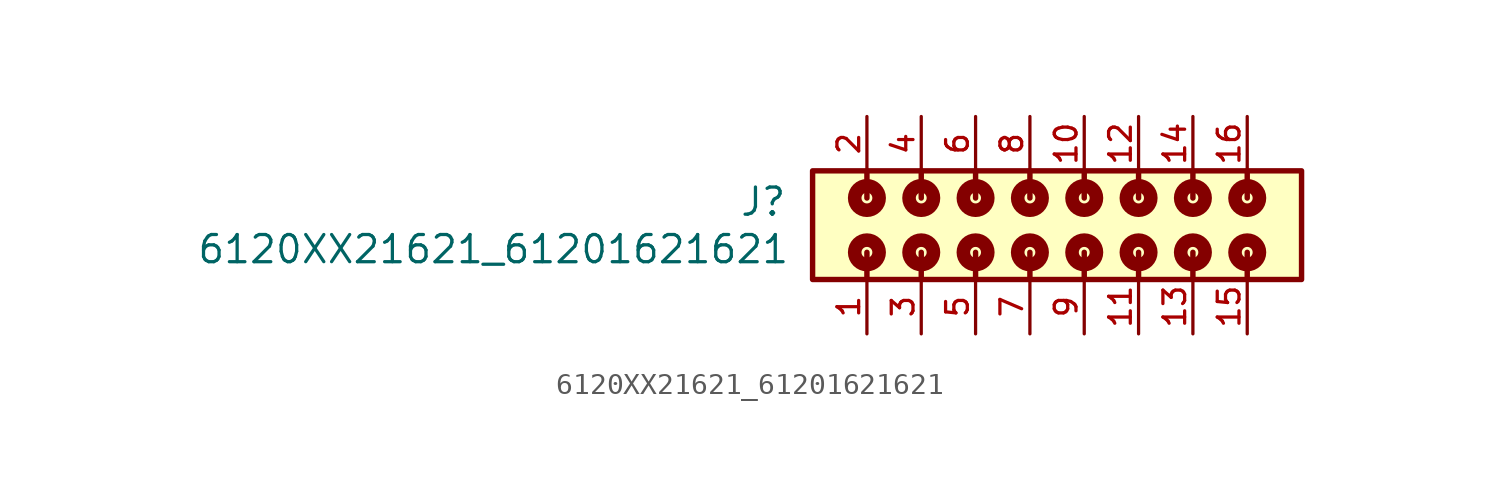
<source format=kicad_sym>
(kicad_symbol_lib
  (version 20211014)
  (generator kicad_symbol_editor)
  (symbol "6120XX21621_61201621621"
    (pin_names
      (offset 1.016))
    (property "Reference" "J"
      (at -11.34 0.35 0)
      (effects (font (size 1.27 1.27)) (justify bottom right)))
    (property "Value" "6120XX21621_61201621621"
      (at -11.2 -1.87 0)
      (effects (font (size 1.27 1.27)) (justify bottom right)))
    (symbol "6120XX21621_61201621621_0_0"
      (polyline (pts (xy -7.62 1.27) (xy -7.62 2.54)) (stroke (width 0.254)))
      (polyline (pts (xy -7.62 -1.27) (xy -7.62 -2.54)) (stroke (width 0.254)))
      (polyline (pts (xy -5.08 1.27) (xy -5.08 2.54)) (stroke (width 0.254)))
      (polyline (pts (xy -5.08 -1.27) (xy -5.08 -2.54)) (stroke (width 0.254)))
      (polyline (pts (xy -2.54 1.27) (xy -2.54 2.54)) (stroke (width 0.254)))
      (polyline (pts (xy -2.54 -1.27) (xy -2.54 -2.54)) (stroke (width 0.254)))
      (polyline (pts (xy 0.0 1.27) (xy 0.0 2.54)) (stroke (width 0.254)))
      (polyline (pts (xy 0.0 -1.27) (xy 0.0 -2.54)) (stroke (width 0.254)))
      (polyline (pts (xy 2.54 1.27) (xy 2.54 2.54)) (stroke (width 0.254)))
      (polyline (pts (xy 2.54 -1.27) (xy 2.54 -2.54)) (stroke (width 0.254)))
      (polyline (pts (xy 5.08 1.27) (xy 5.08 2.54)) (stroke (width 0.254)))
      (polyline (pts (xy 5.08 -1.27) (xy 5.08 -2.54)) (stroke (width 0.254)))
      (polyline (pts (xy 7.62 1.27) (xy 7.62 2.54)) (stroke (width 0.254)))
      (polyline (pts (xy 7.62 -1.27) (xy 7.62 -2.54)) (stroke (width 0.254)))
      (polyline (pts (xy 10.16 1.27) (xy 10.16 2.54)) (stroke (width 0.254)))
      (polyline (pts (xy 10.16 -1.27) (xy 10.16 -2.54)) (stroke (width 0.254)))
      (circle (center -7.62 -1.27) (radius 0.254) (stroke (width 0.635)) (fill (type none)))
      (circle (center -7.62 1.27) (radius 0.254) (stroke (width 0.635)) (fill (type none)))
      (circle (center -5.08 -1.27) (radius 0.254) (stroke (width 0.635)) (fill (type none)))
      (circle (center -5.08 1.27) (radius 0.254) (stroke (width 0.635)) (fill (type none)))
      (circle (center -2.54 -1.27) (radius 0.254) (stroke (width 0.635)) (fill (type none)))
      (circle (center -2.54 1.27) (radius 0.254) (stroke (width 0.635)) (fill (type none)))
      (circle (center 0.0 -1.27) (radius 0.254) (stroke (width 0.635)) (fill (type none)))
      (circle (center 0.0 1.27) (radius 0.254) (stroke (width 0.635)) (fill (type none)))
      (circle (center 2.54 -1.27) (radius 0.254) (stroke (width 0.635)) (fill (type none)))
      (circle (center 2.54 1.27) (radius 0.254) (stroke (width 0.635)) (fill (type none)))
      (circle (center 5.08 -1.27) (radius 0.254) (stroke (width 0.635)) (fill (type none)))
      (circle (center 5.08 1.27) (radius 0.254) (stroke (width 0.635)) (fill (type none)))
      (circle (center 7.62 -1.27) (radius 0.254) (stroke (width 0.635)) (fill (type none)))
      (circle (center 7.62 1.27) (radius 0.254) (stroke (width 0.635)) (fill (type none)))
      (circle (center 10.16 -1.27) (radius 0.254) (stroke (width 0.635)) (fill (type none)))
      (circle (center 10.16 1.27) (radius 0.254) (stroke (width 0.635)) (fill (type none)))
      (rectangle (start -10.16 -2.54) (end 12.7 2.54) (stroke (width 0.254)) (fill (type background)))
      (pin passive line (at -7.62 -5.08 90.0) (length 2.54) (name "~" (effects (font (size 1.016 1.016)))) (number "1" (effects (font (size 1.016 1.016)))))
      (pin passive line (at -7.62 5.08 270.0) (length 2.54) (name "~" (effects (font (size 1.016 1.016)))) (number "2" (effects (font (size 1.016 1.016)))))
      (pin passive line (at -5.08 -5.08 90.0) (length 2.54) (name "~" (effects (font (size 1.016 1.016)))) (number "3" (effects (font (size 1.016 1.016)))))
      (pin passive line (at -5.08 5.08 270.0) (length 2.54) (name "~" (effects (font (size 1.016 1.016)))) (number "4" (effects (font (size 1.016 1.016)))))
      (pin passive line (at -2.54 -5.08 90.0) (length 2.54) (name "~" (effects (font (size 1.016 1.016)))) (number "5" (effects (font (size 1.016 1.016)))))
      (pin passive line (at -2.54 5.08 270.0) (length 2.54) (name "~" (effects (font (size 1.016 1.016)))) (number "6" (effects (font (size 1.016 1.016)))))
      (pin passive line (at 0.0 -5.08 90.0) (length 2.54) (name "~" (effects (font (size 1.016 1.016)))) (number "7" (effects (font (size 1.016 1.016)))))
      (pin passive line (at 0.0 5.08 270.0) (length 2.54) (name "~" (effects (font (size 1.016 1.016)))) (number "8" (effects (font (size 1.016 1.016)))))
      (pin passive line (at 2.54 -5.08 90.0) (length 2.54) (name "~" (effects (font (size 1.016 1.016)))) (number "9" (effects (font (size 1.016 1.016)))))
      (pin passive line (at 2.54 5.08 270.0) (length 2.54) (name "~" (effects (font (size 1.016 1.016)))) (number "10" (effects (font (size 1.016 1.016)))))
      (pin passive line (at 5.08 -5.08 90.0) (length 2.54) (name "~" (effects (font (size 1.016 1.016)))) (number "11" (effects (font (size 1.016 1.016)))))
      (pin passive line (at 5.08 5.08 270.0) (length 2.54) (name "~" (effects (font (size 1.016 1.016)))) (number "12" (effects (font (size 1.016 1.016)))))
      (pin passive line (at 7.62 -5.08 90.0) (length 2.54) (name "~" (effects (font (size 1.016 1.016)))) (number "13" (effects (font (size 1.016 1.016)))))
      (pin passive line (at 7.62 5.08 270.0) (length 2.54) (name "~" (effects (font (size 1.016 1.016)))) (number "14" (effects (font (size 1.016 1.016)))))
      (pin passive line (at 10.16 -5.08 90.0) (length 2.54) (name "~" (effects (font (size 1.016 1.016)))) (number "15" (effects (font (size 1.016 1.016)))))
      (pin passive line (at 10.16 5.08 270.0) (length 2.54) (name "~" (effects (font (size 1.016 1.016)))) (number "16" (effects (font (size 1.016 1.016))))))))
</source>
